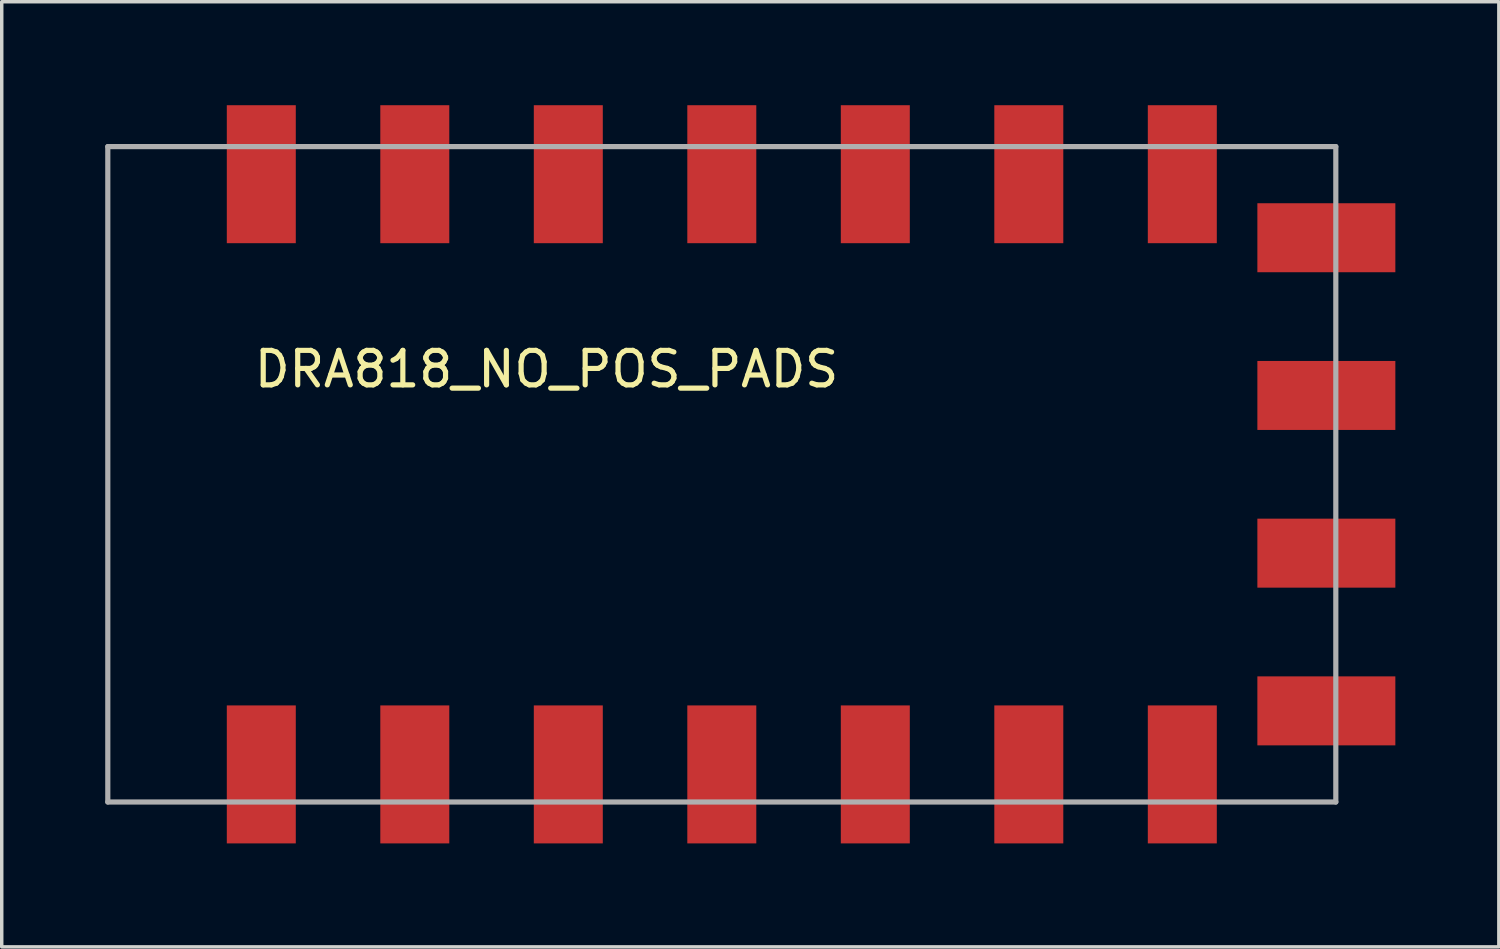
<source format=kicad_pcb>
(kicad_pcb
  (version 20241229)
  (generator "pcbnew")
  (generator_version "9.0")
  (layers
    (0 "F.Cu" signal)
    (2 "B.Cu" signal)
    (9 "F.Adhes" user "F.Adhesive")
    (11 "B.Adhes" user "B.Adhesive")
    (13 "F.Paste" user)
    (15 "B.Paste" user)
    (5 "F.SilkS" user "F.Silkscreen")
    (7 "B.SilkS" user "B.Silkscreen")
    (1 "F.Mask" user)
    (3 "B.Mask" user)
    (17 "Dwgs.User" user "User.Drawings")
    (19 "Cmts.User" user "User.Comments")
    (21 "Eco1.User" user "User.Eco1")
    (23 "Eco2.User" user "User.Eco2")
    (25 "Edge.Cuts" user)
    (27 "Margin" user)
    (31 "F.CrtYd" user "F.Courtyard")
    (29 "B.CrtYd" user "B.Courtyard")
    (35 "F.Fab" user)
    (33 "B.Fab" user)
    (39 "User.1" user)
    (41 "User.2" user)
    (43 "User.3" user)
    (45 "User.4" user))
  (footprint "DRA818_NO_POS_PADS"
    (layer "F.Cu")
    (at 17.875 10.7)
    (property "Reference" "DRA818_NO_POS_PADS" (at -5.08 -3.048 0) (layer "F.SilkS") (effects (font (size 1 1) (thickness 0.15))))
    (attr through_hole)
    (fp_line (start -17.8 -9.5) (end 17.8 -9.5) (stroke (width 0.15) (type solid)) (layer "F.Fab"))
    (fp_line (start -17.8 9.5) (end -17.8 -9.5) (stroke (width 0.15) (type solid)) (layer "F.Fab"))
    (fp_line (start 17.8 -9.5) (end 17.8 9.5) (stroke (width 0.15) (type solid)) (layer "F.Fab"))
    (fp_line (start 17.8 9.5) (end -17.8 9.5) (stroke (width 0.15) (type solid)) (layer "F.Fab"))
    (pad "1" smd rect (at -13.35 -8.7) (size 2 4) (layers "F.Cu" "F.Mask" "F.Paste"))
    (pad "2" smd rect (at -8.9 -8.7) (size 2 4) (layers "F.Cu" "F.Mask" "F.Paste"))
    (pad "3" smd rect (at -4.45 -8.7) (size 2 4) (layers "F.Cu" "F.Mask" "F.Paste"))
    (pad "4" smd rect (at 0 -8.7) (size 2 4) (layers "F.Cu" "F.Mask" "F.Paste"))
    (pad "5" smd rect (at 4.45 -8.7) (size 2 4) (layers "F.Cu" "F.Mask" "F.Paste"))
    (pad "6" smd rect (at 8.9 -8.7) (size 2 4) (layers "F.Cu" "F.Mask" "F.Paste"))
    (pad "7" smd rect (at 13.35 -8.7) (size 2 4) (layers "F.Cu" "F.Mask" "F.Paste"))
    (pad "8" smd rect (at 17.526 -6.858 90) (size 2 4) (layers "F.Cu" "F.Mask" "F.Paste"))
    (pad "9" smd rect (at 17.526 -2.286 90) (size 2 4) (layers "F.Cu" "F.Mask" "F.Paste"))
    (pad "10" smd rect (at 17.526 2.286 90) (size 2 4) (layers "F.Cu" "F.Mask" "F.Paste"))
    (pad "11" smd rect (at 17.526 6.858 90) (size 2 4) (layers "F.Cu" "F.Mask" "F.Paste"))
    (pad "12" smd rect (at 13.35 8.7) (size 2 4) (layers "F.Cu" "F.Mask" "F.Paste"))
    (pad "13" smd rect (at 8.9 8.7) (size 2 4) (layers "F.Cu" "F.Mask" "F.Paste"))
    (pad "14" smd rect (at 4.45 8.7) (size 2 4) (layers "F.Cu" "F.Mask" "F.Paste"))
    (pad "15" smd rect (at 0 8.7) (size 2 4) (layers "F.Cu" "F.Mask" "F.Paste"))
    (pad "16" smd rect (at -4.45 8.7) (size 2 4) (layers "F.Cu" "F.Mask" "F.Paste"))
    (pad "17" smd rect (at -8.9 8.7) (size 2 4) (layers "F.Cu" "F.Mask" "F.Paste"))
    (pad "18" smd rect (at -13.35 8.7) (size 2 4) (layers "F.Cu" "F.Mask" "F.Paste")))
  (gr_rect
    (start -3 -3)
    (end 40.401 24.4)
    (stroke (width 0.1) (type default))
    (fill no)
    (layer "Edge.Cuts")))
</source>
